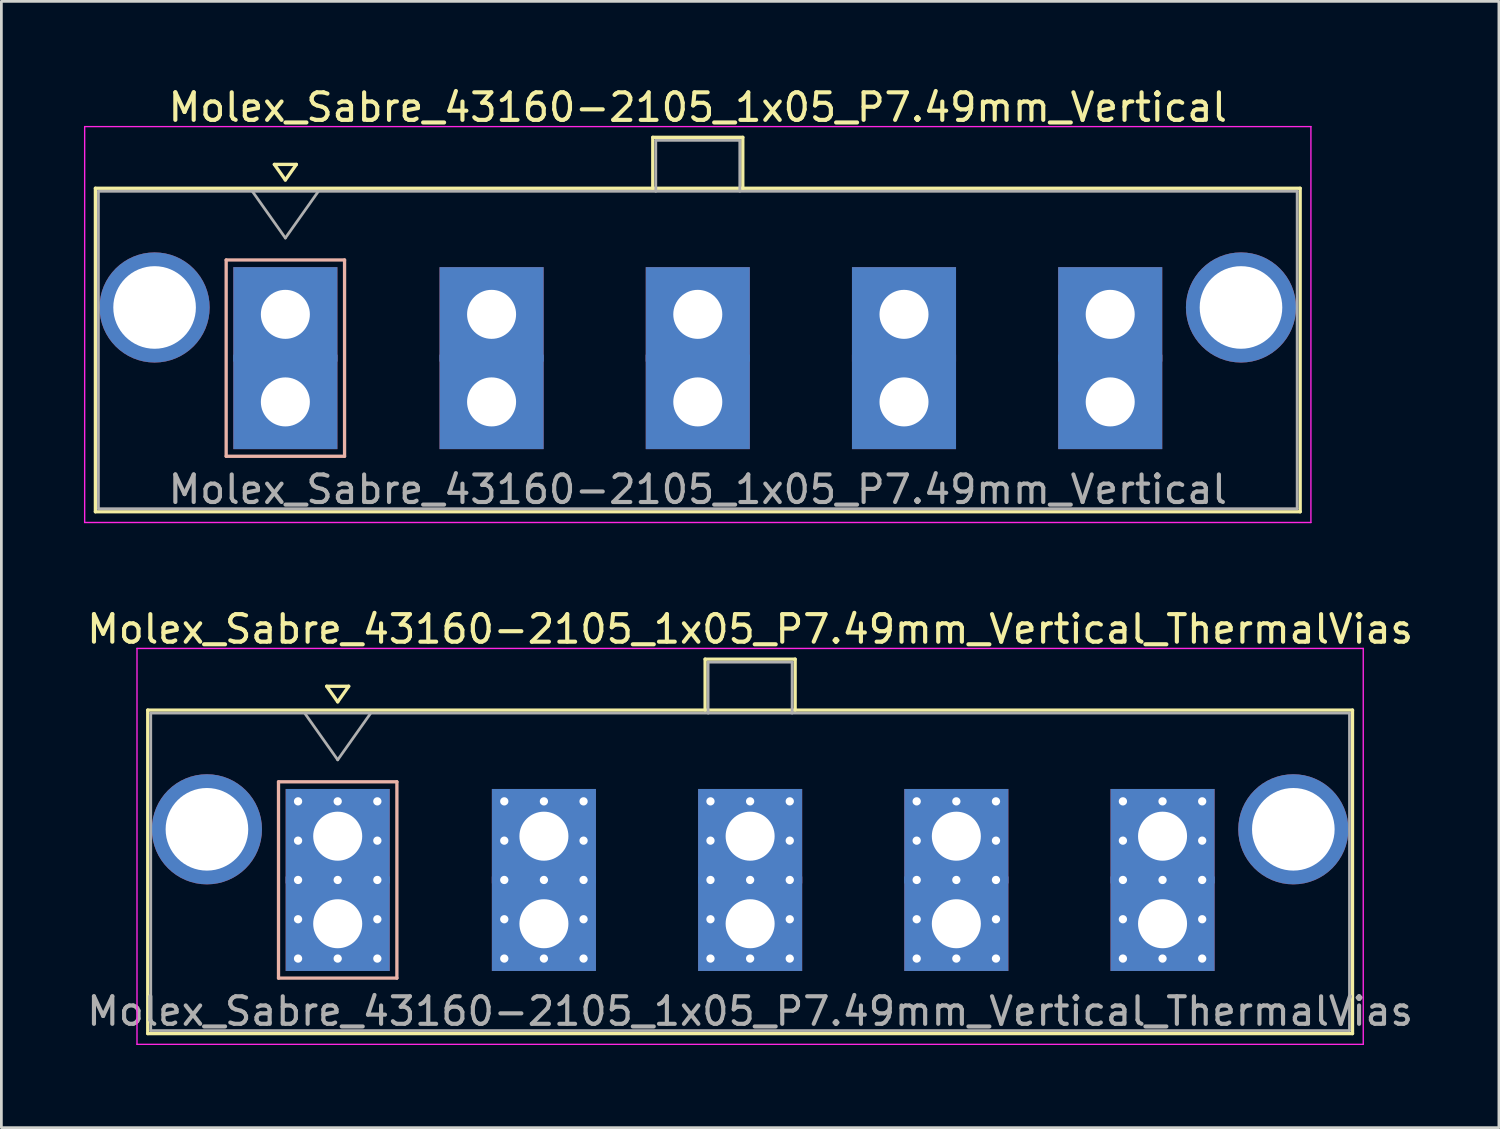
<source format=kicad_pcb>
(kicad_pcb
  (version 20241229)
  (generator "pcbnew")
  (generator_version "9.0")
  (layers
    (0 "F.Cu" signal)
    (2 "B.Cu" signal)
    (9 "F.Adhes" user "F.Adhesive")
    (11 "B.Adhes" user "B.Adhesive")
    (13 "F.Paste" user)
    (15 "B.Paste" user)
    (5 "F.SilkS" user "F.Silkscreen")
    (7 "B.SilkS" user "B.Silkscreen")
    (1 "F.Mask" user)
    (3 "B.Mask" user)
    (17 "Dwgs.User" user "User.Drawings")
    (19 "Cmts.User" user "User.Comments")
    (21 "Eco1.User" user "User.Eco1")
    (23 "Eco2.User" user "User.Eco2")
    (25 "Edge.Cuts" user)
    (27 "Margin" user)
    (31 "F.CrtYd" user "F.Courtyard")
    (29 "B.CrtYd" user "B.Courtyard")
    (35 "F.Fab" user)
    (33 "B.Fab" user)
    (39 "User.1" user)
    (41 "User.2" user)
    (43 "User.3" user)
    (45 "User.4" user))
  (footprint "Molex_Sabre_43160-2105_1x05_P7.49mm_Vertical"
    (layer "F.Cu")
    (at 7.315 11.548)
    (property "Reference" "Molex_Sabre_43160-2105_1x05_P7.49mm_Vertical" (at 14.98 -10.7 0) (layer "F.SilkS") (effects (font (size 1 1) (thickness 0.15))))
    (attr through_hole)
    (fp_line (start -6.9 -7.76) (end -6.9 3.99) (stroke (width 0.12) (type solid)) (layer "F.SilkS"))
    (fp_line (start -6.9 3.99) (end 36.86 3.99) (stroke (width 0.12) (type solid)) (layer "F.SilkS"))
    (fp_line (start -0.4 -8.626) (end 0 -8.06) (stroke (width 0.12) (type solid)) (layer "F.SilkS"))
    (fp_line (start 0 -8.06) (end 0.4 -8.626) (stroke (width 0.12) (type solid)) (layer "F.SilkS"))
    (fp_line (start 0.4 -8.626) (end -0.4 -8.626) (stroke (width 0.12) (type solid)) (layer "F.SilkS"))
    (fp_line (start 13.345 -9.61) (end 16.615 -9.61) (stroke (width 0.12) (type solid)) (layer "F.SilkS"))
    (fp_line (start 13.345 -7.76) (end 13.345 -9.61) (stroke (width 0.12) (type solid)) (layer "F.SilkS"))
    (fp_line (start 16.615 -9.61) (end 16.615 -7.76) (stroke (width 0.12) (type solid)) (layer "F.SilkS"))
    (fp_line (start 36.86 -7.76) (end -6.9 -7.76) (stroke (width 0.12) (type solid)) (layer "F.SilkS"))
    (fp_line (start 36.86 3.99) (end 36.86 -7.76) (stroke (width 0.12) (type solid)) (layer "F.SilkS"))
    (fp_line (start -2.15 -5.155) (end -2.15 1.975) (stroke (width 0.12) (type solid)) (layer "B.SilkS"))
    (fp_line (start -2.15 1.975) (end 2.15 1.975) (stroke (width 0.12) (type solid)) (layer "B.SilkS"))
    (fp_line (start 2.15 -5.155) (end -2.15 -5.155) (stroke (width 0.12) (type solid)) (layer "B.SilkS"))
    (fp_line (start 2.15 1.975) (end 2.15 -5.155) (stroke (width 0.12) (type solid)) (layer "B.SilkS"))
    (fp_line (start -7.29 -10) (end -7.29 4.38) (stroke (width 0.05) (type solid)) (layer "F.CrtYd"))
    (fp_line (start -7.29 4.38) (end 37.25 4.38) (stroke (width 0.05) (type solid)) (layer "F.CrtYd"))
    (fp_line (start 37.25 -10) (end -7.29 -10) (stroke (width 0.05) (type solid)) (layer "F.CrtYd"))
    (fp_line (start 37.25 4.38) (end 37.25 -10) (stroke (width 0.05) (type solid)) (layer "F.CrtYd"))
    (fp_line (start -6.79 -7.65) (end -6.79 3.88) (stroke (width 0.1) (type solid)) (layer "F.Fab"))
    (fp_line (start -6.79 3.88) (end 36.75 3.88) (stroke (width 0.1) (type solid)) (layer "F.Fab"))
    (fp_line (start -1.2 -7.65) (end 0 -5.953) (stroke (width 0.1) (type solid)) (layer "F.Fab"))
    (fp_line (start 0 -5.953) (end 1.2 -7.65) (stroke (width 0.1) (type solid)) (layer "F.Fab"))
    (fp_line (start 13.455 -9.5) (end 16.505 -9.5) (stroke (width 0.1) (type solid)) (layer "F.Fab"))
    (fp_line (start 13.455 -7.65) (end 13.455 -9.5) (stroke (width 0.1) (type solid)) (layer "F.Fab"))
    (fp_line (start 16.505 -9.5) (end 16.505 -7.65) (stroke (width 0.1) (type solid)) (layer "F.Fab"))
    (fp_line (start 36.75 -7.65) (end -6.79 -7.65) (stroke (width 0.1) (type solid)) (layer "F.Fab"))
    (fp_line (start 36.75 3.88) (end 36.75 -7.65) (stroke (width 0.1) (type solid)) (layer "F.Fab"))
    (fp_text user "${REFERENCE}" (at 14.98 3.18 0) (layer "F.Fab") (effects (font (size 1 1) (thickness 0.15))))
    (pad "" thru_hole circle (at -4.75 -3.43) (size 4 4) (drill 3) (layers "*.Cu" "*.Mask"))
    (pad "" thru_hole circle (at 34.71 -3.43) (size 4 4) (drill 3) (layers "*.Cu" "*.Mask"))
    (pad "1" thru_hole rect (at 0 -3.18) (size 3.78 3.43) (drill 1.78) (layers "*.Cu" "*.Mask"))
    (pad "1" thru_hole rect (at 0 0) (size 3.78 3.43) (drill 1.78) (layers "*.Cu" "*.Mask"))
    (pad "2" thru_hole rect (at 7.49 -3.18) (size 3.78 3.43) (drill 1.78) (layers "*.Cu" "*.Mask"))
    (pad "2" thru_hole rect (at 7.49 0) (size 3.78 3.43) (drill 1.78) (layers "*.Cu" "*.Mask"))
    (pad "3" thru_hole rect (at 14.98 -3.18) (size 3.78 3.43) (drill 1.78) (layers "*.Cu" "*.Mask"))
    (pad "3" thru_hole rect (at 14.98 0) (size 3.78 3.43) (drill 1.78) (layers "*.Cu" "*.Mask"))
    (pad "4" thru_hole rect (at 22.47 -3.18) (size 3.78 3.43) (drill 1.78) (layers "*.Cu" "*.Mask"))
    (pad "4" thru_hole rect (at 22.47 0) (size 3.78 3.43) (drill 1.78) (layers "*.Cu" "*.Mask"))
    (pad "5" thru_hole rect (at 29.96 -3.18) (size 3.78 3.43) (drill 1.78) (layers "*.Cu" "*.Mask"))
    (pad "5" thru_hole rect (at 29.96 0) (size 3.78 3.43) (drill 1.78) (layers "*.Cu" "*.Mask")))
  (footprint "Molex_Sabre_43160-2105_1x05_P7.49mm_Vertical_ThermalVias"
    (layer "F.Cu")
    (at 9.216 30.502)
    (property "Reference" "Molex_Sabre_43160-2105_1x05_P7.49mm_Vertical_ThermalVias" (at 14.98 -10.7 0) (layer "F.SilkS") (effects (font (size 1 1) (thickness 0.15))))
    (attr through_hole)
    (fp_line (start -6.9 -7.76) (end -6.9 3.99) (stroke (width 0.12) (type solid)) (layer "F.SilkS"))
    (fp_line (start -6.9 3.99) (end 36.86 3.99) (stroke (width 0.12) (type solid)) (layer "F.SilkS"))
    (fp_line (start -0.4 -8.626) (end 0 -8.06) (stroke (width 0.12) (type solid)) (layer "F.SilkS"))
    (fp_line (start 0 -8.06) (end 0.4 -8.626) (stroke (width 0.12) (type solid)) (layer "F.SilkS"))
    (fp_line (start 0.4 -8.626) (end -0.4 -8.626) (stroke (width 0.12) (type solid)) (layer "F.SilkS"))
    (fp_line (start 13.345 -9.61) (end 16.615 -9.61) (stroke (width 0.12) (type solid)) (layer "F.SilkS"))
    (fp_line (start 13.345 -7.76) (end 13.345 -9.61) (stroke (width 0.12) (type solid)) (layer "F.SilkS"))
    (fp_line (start 16.615 -9.61) (end 16.615 -7.76) (stroke (width 0.12) (type solid)) (layer "F.SilkS"))
    (fp_line (start 36.86 -7.76) (end -6.9 -7.76) (stroke (width 0.12) (type solid)) (layer "F.SilkS"))
    (fp_line (start 36.86 3.99) (end 36.86 -7.76) (stroke (width 0.12) (type solid)) (layer "F.SilkS"))
    (fp_line (start -2.15 -5.155) (end -2.15 1.975) (stroke (width 0.12) (type solid)) (layer "B.SilkS"))
    (fp_line (start -2.15 1.975) (end 2.15 1.975) (stroke (width 0.12) (type solid)) (layer "B.SilkS"))
    (fp_line (start 2.15 -5.155) (end -2.15 -5.155) (stroke (width 0.12) (type solid)) (layer "B.SilkS"))
    (fp_line (start 2.15 1.975) (end 2.15 -5.155) (stroke (width 0.12) (type solid)) (layer "B.SilkS"))
    (fp_line (start -7.29 -10) (end -7.29 4.38) (stroke (width 0.05) (type solid)) (layer "F.CrtYd"))
    (fp_line (start -7.29 4.38) (end 37.25 4.38) (stroke (width 0.05) (type solid)) (layer "F.CrtYd"))
    (fp_line (start 37.25 -10) (end -7.29 -10) (stroke (width 0.05) (type solid)) (layer "F.CrtYd"))
    (fp_line (start 37.25 4.38) (end 37.25 -10) (stroke (width 0.05) (type solid)) (layer "F.CrtYd"))
    (fp_line (start -6.79 -7.65) (end -6.79 3.88) (stroke (width 0.1) (type solid)) (layer "F.Fab"))
    (fp_line (start -6.79 3.88) (end 36.75 3.88) (stroke (width 0.1) (type solid)) (layer "F.Fab"))
    (fp_line (start -1.2 -7.65) (end 0 -5.953) (stroke (width 0.1) (type solid)) (layer "F.Fab"))
    (fp_line (start 0 -5.953) (end 1.2 -7.65) (stroke (width 0.1) (type solid)) (layer "F.Fab"))
    (fp_line (start 13.455 -9.5) (end 16.505 -9.5) (stroke (width 0.1) (type solid)) (layer "F.Fab"))
    (fp_line (start 13.455 -7.65) (end 13.455 -9.5) (stroke (width 0.1) (type solid)) (layer "F.Fab"))
    (fp_line (start 16.505 -9.5) (end 16.505 -7.65) (stroke (width 0.1) (type solid)) (layer "F.Fab"))
    (fp_line (start 36.75 -7.65) (end -6.79 -7.65) (stroke (width 0.1) (type solid)) (layer "F.Fab"))
    (fp_line (start 36.75 3.88) (end 36.75 -7.65) (stroke (width 0.1) (type solid)) (layer "F.Fab"))
    (fp_text user "${REFERENCE}" (at 14.98 3.18 0) (layer "F.Fab") (effects (font (size 1 1) (thickness 0.15))))
    (pad "" thru_hole circle (at -4.75 -3.43) (size 4 4) (drill 3) (layers "*.Cu" "*.Mask"))
    (pad "" thru_hole circle (at 34.71 -3.43) (size 4 4) (drill 3) (layers "*.Cu" "*.Mask"))
    (pad "1" thru_hole rect (at -1.44 -4.445) (size 0.6 0.6) (drill 0.3) (layers "*.Cu" "*.Mask"))
    (pad "1" thru_hole rect (at -1.44 -3.018) (size 0.6 0.6) (drill 0.3) (layers "*.Cu" "*.Mask"))
    (pad "1" thru_hole rect (at -1.44 -1.59) (size 0.6 0.6) (drill 0.3) (layers "*.Cu" "*.Mask"))
    (pad "1" thru_hole rect (at -1.44 -0.163) (size 0.6 0.6) (drill 0.3) (layers "*.Cu" "*.Mask"))
    (pad "1" thru_hole rect (at -1.44 1.265) (size 0.6 0.6) (drill 0.3) (layers "*.Cu" "*.Mask"))
    (pad "1" thru_hole rect (at 0 -4.445) (size 0.6 0.6) (drill 0.3) (layers "*.Cu" "*.Mask"))
    (pad "1" thru_hole rect (at 0 -3.18) (size 3.78 3.43) (drill 1.78) (layers "*.Cu" "*.Mask"))
    (pad "1" thru_hole rect (at 0 -1.59) (size 0.6 0.6) (drill 0.3) (layers "*.Cu" "*.Mask"))
    (pad "1" thru_hole rect (at 0 0) (size 3.78 3.43) (drill 1.78) (layers "*.Cu" "*.Mask"))
    (pad "1" thru_hole rect (at 0 1.265) (size 0.6 0.6) (drill 0.3) (layers "*.Cu" "*.Mask"))
    (pad "1" thru_hole rect (at 1.44 -4.445) (size 0.6 0.6) (drill 0.3) (layers "*.Cu" "*.Mask"))
    (pad "1" thru_hole rect (at 1.44 -3.018) (size 0.6 0.6) (drill 0.3) (layers "*.Cu" "*.Mask"))
    (pad "1" thru_hole rect (at 1.44 -1.59) (size 0.6 0.6) (drill 0.3) (layers "*.Cu" "*.Mask"))
    (pad "1" thru_hole rect (at 1.44 -0.163) (size 0.6 0.6) (drill 0.3) (layers "*.Cu" "*.Mask"))
    (pad "1" thru_hole rect (at 1.44 1.265) (size 0.6 0.6) (drill 0.3) (layers "*.Cu" "*.Mask"))
    (pad "2" thru_hole circle (at 6.05 -4.445) (size 0.6 0.6) (drill 0.3) (layers "*.Cu" "*.Mask"))
    (pad "2" thru_hole circle (at 6.05 -3.018) (size 0.6 0.6) (drill 0.3) (layers "*.Cu" "*.Mask"))
    (pad "2" thru_hole circle (at 6.05 -1.59) (size 0.6 0.6) (drill 0.3) (layers "*.Cu" "*.Mask"))
    (pad "2" thru_hole circle (at 6.05 -0.163) (size 0.6 0.6) (drill 0.3) (layers "*.Cu" "*.Mask"))
    (pad "2" thru_hole circle (at 6.05 1.265) (size 0.6 0.6) (drill 0.3) (layers "*.Cu" "*.Mask"))
    (pad "2" thru_hole circle (at 7.49 -4.445) (size 0.6 0.6) (drill 0.3) (layers "*.Cu" "*.Mask"))
    (pad "2" thru_hole rect (at 7.49 -3.18) (size 3.78 3.43) (drill 1.78) (layers "*.Cu" "*.Mask"))
    (pad "2" thru_hole circle (at 7.49 -1.59) (size 0.6 0.6) (drill 0.3) (layers "*.Cu" "*.Mask"))
    (pad "2" thru_hole rect (at 7.49 0) (size 3.78 3.43) (drill 1.78) (layers "*.Cu" "*.Mask"))
    (pad "2" thru_hole circle (at 7.49 1.265) (size 0.6 0.6) (drill 0.3) (layers "*.Cu" "*.Mask"))
    (pad "2" thru_hole circle (at 8.93 -4.445) (size 0.6 0.6) (drill 0.3) (layers "*.Cu" "*.Mask"))
    (pad "2" thru_hole circle (at 8.93 -3.018) (size 0.6 0.6) (drill 0.3) (layers "*.Cu" "*.Mask"))
    (pad "2" thru_hole circle (at 8.93 -1.59) (size 0.6 0.6) (drill 0.3) (layers "*.Cu" "*.Mask"))
    (pad "2" thru_hole circle (at 8.93 -0.163) (size 0.6 0.6) (drill 0.3) (layers "*.Cu" "*.Mask"))
    (pad "2" thru_hole circle (at 8.93 1.265) (size 0.6 0.6) (drill 0.3) (layers "*.Cu" "*.Mask"))
    (pad "3" thru_hole circle (at 13.54 -4.445) (size 0.6 0.6) (drill 0.3) (layers "*.Cu" "*.Mask"))
    (pad "3" thru_hole circle (at 13.54 -3.018) (size 0.6 0.6) (drill 0.3) (layers "*.Cu" "*.Mask"))
    (pad "3" thru_hole circle (at 13.54 -1.59) (size 0.6 0.6) (drill 0.3) (layers "*.Cu" "*.Mask"))
    (pad "3" thru_hole circle (at 13.54 -0.163) (size 0.6 0.6) (drill 0.3) (layers "*.Cu" "*.Mask"))
    (pad "3" thru_hole circle (at 13.54 1.265) (size 0.6 0.6) (drill 0.3) (layers "*.Cu" "*.Mask"))
    (pad "3" thru_hole circle (at 14.98 -4.445) (size 0.6 0.6) (drill 0.3) (layers "*.Cu" "*.Mask"))
    (pad "3" thru_hole rect (at 14.98 -3.18) (size 3.78 3.43) (drill 1.78) (layers "*.Cu" "*.Mask"))
    (pad "3" thru_hole circle (at 14.98 -1.59) (size 0.6 0.6) (drill 0.3) (layers "*.Cu" "*.Mask"))
    (pad "3" thru_hole rect (at 14.98 0) (size 3.78 3.43) (drill 1.78) (layers "*.Cu" "*.Mask"))
    (pad "3" thru_hole circle (at 14.98 1.265) (size 0.6 0.6) (drill 0.3) (layers "*.Cu" "*.Mask"))
    (pad "3" thru_hole circle (at 16.42 -4.445) (size 0.6 0.6) (drill 0.3) (layers "*.Cu" "*.Mask"))
    (pad "3" thru_hole circle (at 16.42 -3.018) (size 0.6 0.6) (drill 0.3) (layers "*.Cu" "*.Mask"))
    (pad "3" thru_hole circle (at 16.42 -1.59) (size 0.6 0.6) (drill 0.3) (layers "*.Cu" "*.Mask"))
    (pad "3" thru_hole circle (at 16.42 -0.163) (size 0.6 0.6) (drill 0.3) (layers "*.Cu" "*.Mask"))
    (pad "3" thru_hole circle (at 16.42 1.265) (size 0.6 0.6) (drill 0.3) (layers "*.Cu" "*.Mask"))
    (pad "4" thru_hole circle (at 21.03 -4.445) (size 0.6 0.6) (drill 0.3) (layers "*.Cu" "*.Mask"))
    (pad "4" thru_hole circle (at 21.03 -3.018) (size 0.6 0.6) (drill 0.3) (layers "*.Cu" "*.Mask"))
    (pad "4" thru_hole circle (at 21.03 -1.59) (size 0.6 0.6) (drill 0.3) (layers "*.Cu" "*.Mask"))
    (pad "4" thru_hole circle (at 21.03 -0.163) (size 0.6 0.6) (drill 0.3) (layers "*.Cu" "*.Mask"))
    (pad "4" thru_hole circle (at 21.03 1.265) (size 0.6 0.6) (drill 0.3) (layers "*.Cu" "*.Mask"))
    (pad "4" thru_hole circle (at 22.47 -4.445) (size 0.6 0.6) (drill 0.3) (layers "*.Cu" "*.Mask"))
    (pad "4" thru_hole rect (at 22.47 -3.18) (size 3.78 3.43) (drill 1.78) (layers "*.Cu" "*.Mask"))
    (pad "4" thru_hole circle (at 22.47 -1.59) (size 0.6 0.6) (drill 0.3) (layers "*.Cu" "*.Mask"))
    (pad "4" thru_hole rect (at 22.47 0) (size 3.78 3.43) (drill 1.78) (layers "*.Cu" "*.Mask"))
    (pad "4" thru_hole circle (at 22.47 1.265) (size 0.6 0.6) (drill 0.3) (layers "*.Cu" "*.Mask"))
    (pad "4" thru_hole circle (at 23.91 -4.445) (size 0.6 0.6) (drill 0.3) (layers "*.Cu" "*.Mask"))
    (pad "4" thru_hole circle (at 23.91 -3.018) (size 0.6 0.6) (drill 0.3) (layers "*.Cu" "*.Mask"))
    (pad "4" thru_hole circle (at 23.91 -1.59) (size 0.6 0.6) (drill 0.3) (layers "*.Cu" "*.Mask"))
    (pad "4" thru_hole circle (at 23.91 -0.163) (size 0.6 0.6) (drill 0.3) (layers "*.Cu" "*.Mask"))
    (pad "4" thru_hole circle (at 23.91 1.265) (size 0.6 0.6) (drill 0.3) (layers "*.Cu" "*.Mask"))
    (pad "5" thru_hole circle (at 28.52 -4.445) (size 0.6 0.6) (drill 0.3) (layers "*.Cu" "*.Mask"))
    (pad "5" thru_hole circle (at 28.52 -3.018) (size 0.6 0.6) (drill 0.3) (layers "*.Cu" "*.Mask"))
    (pad "5" thru_hole circle (at 28.52 -1.59) (size 0.6 0.6) (drill 0.3) (layers "*.Cu" "*.Mask"))
    (pad "5" thru_hole circle (at 28.52 -0.163) (size 0.6 0.6) (drill 0.3) (layers "*.Cu" "*.Mask"))
    (pad "5" thru_hole circle (at 28.52 1.265) (size 0.6 0.6) (drill 0.3) (layers "*.Cu" "*.Mask"))
    (pad "5" thru_hole circle (at 29.96 -4.445) (size 0.6 0.6) (drill 0.3) (layers "*.Cu" "*.Mask"))
    (pad "5" thru_hole rect (at 29.96 -3.18) (size 3.78 3.43) (drill 1.78) (layers "*.Cu" "*.Mask"))
    (pad "5" thru_hole circle (at 29.96 -1.59) (size 0.6 0.6) (drill 0.3) (layers "*.Cu" "*.Mask"))
    (pad "5" thru_hole rect (at 29.96 0) (size 3.78 3.43) (drill 1.78) (layers "*.Cu" "*.Mask"))
    (pad "5" thru_hole circle (at 29.96 1.265) (size 0.6 0.6) (drill 0.3) (layers "*.Cu" "*.Mask"))
    (pad "5" thru_hole circle (at 31.4 -4.445) (size 0.6 0.6) (drill 0.3) (layers "*.Cu" "*.Mask"))
    (pad "5" thru_hole circle (at 31.4 -3.018) (size 0.6 0.6) (drill 0.3) (layers "*.Cu" "*.Mask"))
    (pad "5" thru_hole circle (at 31.4 -1.59) (size 0.6 0.6) (drill 0.3) (layers "*.Cu" "*.Mask"))
    (pad "5" thru_hole circle (at 31.4 -0.163) (size 0.6 0.6) (drill 0.3) (layers "*.Cu" "*.Mask"))
    (pad "5" thru_hole circle (at 31.4 1.265) (size 0.6 0.6) (drill 0.3) (layers "*.Cu" "*.Mask")))
  (gr_rect
    (start -3 -3)
    (end 51.393 37.907)
    (stroke (width 0.1) (type default))
    (fill no)
    (layer "Edge.Cuts")))
</source>
